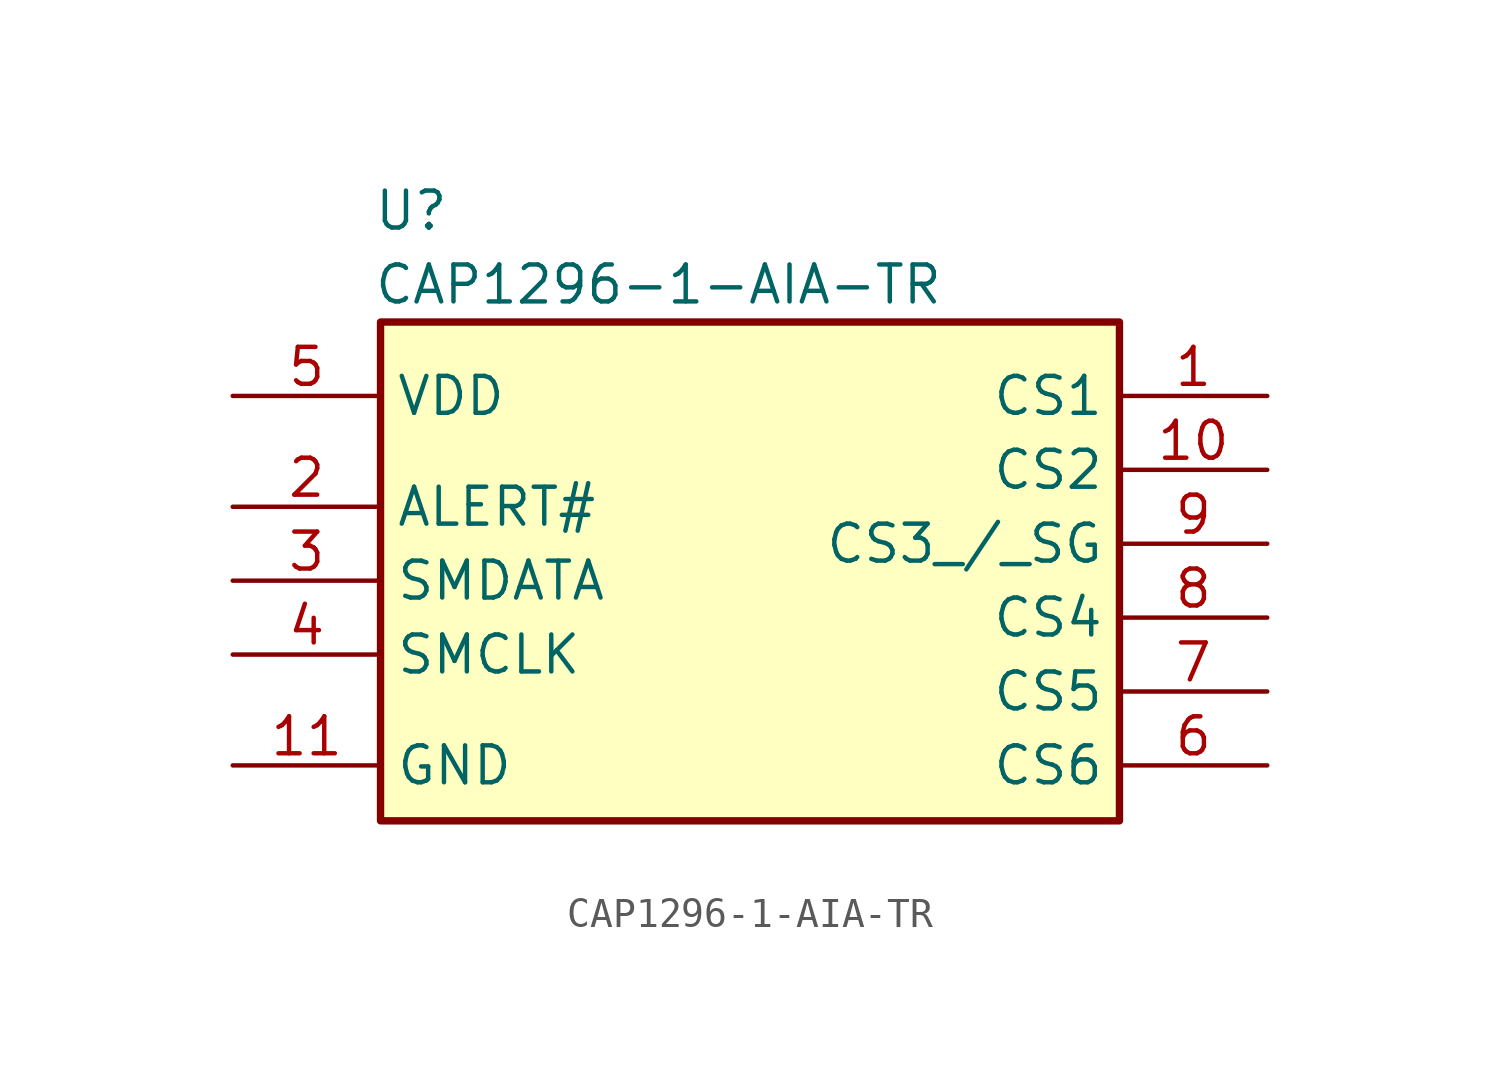
<source format=kicad_sym>
(kicad_symbol_lib
  (version 20231120)
  (generator "kicad_symbol_editor")
  (generator_version "8.0")
  (symbol "CAP1296-1-AIA-TR"
    (property "Reference" "U"
      (at -12.954 7.112 0)
      (effects (font (size 1.27 1.27)) (justify left top)))
    (property "Value" "CAP1296-1-AIA-TR"
      (at -12.954 4.572 0)
      (effects (font (size 1.27 1.27)) (justify left top)))
    (symbol "CAP1296-1-AIA-TR_1_1"
      (rectangle (start -12.7 2.54) (end 12.7 -14.605) (stroke (width 0.254) (type default)) (fill (type background)))
      (pin passive line (at 17.78 0 180) (length 5.08) (name "CS1" (effects (font (size 1.27 1.27)))) (number "1" (effects (font (size 1.27 1.27)))))
      (pin passive line (at 17.78 -2.54 180) (length 5.08) (name "CS2" (effects (font (size 1.27 1.27)))) (number "10" (effects (font (size 1.27 1.27)))))
      (pin passive line (at -17.78 -12.7 0) (length 5.08) (name "GND" (effects (font (size 1.27 1.27)))) (number "11" (effects (font (size 1.27 1.27)))))
      (pin passive line (at -17.78 -3.81 0) (length 5.08) (name "ALERT#" (effects (font (size 1.27 1.27)))) (number "2" (effects (font (size 1.27 1.27)))))
      (pin passive line (at -17.78 -6.35 0) (length 5.08) (name "SMDATA" (effects (font (size 1.27 1.27)))) (number "3" (effects (font (size 1.27 1.27)))))
      (pin passive line (at -17.78 -8.89 0) (length 5.08) (name "SMCLK" (effects (font (size 1.27 1.27)))) (number "4" (effects (font (size 1.27 1.27)))))
      (pin passive line (at -17.78 0 0) (length 5.08) (name "VDD" (effects (font (size 1.27 1.27)))) (number "5" (effects (font (size 1.27 1.27)))))
      (pin passive line (at 17.78 -12.7 180) (length 5.08) (name "CS6" (effects (font (size 1.27 1.27)))) (number "6" (effects (font (size 1.27 1.27)))))
      (pin passive line (at 17.78 -10.16 180) (length 5.08) (name "CS5" (effects (font (size 1.27 1.27)))) (number "7" (effects (font (size 1.27 1.27)))))
      (pin passive line (at 17.78 -7.62 180) (length 5.08) (name "CS4" (effects (font (size 1.27 1.27)))) (number "8" (effects (font (size 1.27 1.27)))))
      (pin passive line (at 17.78 -5.08 180) (length 5.08) (name "CS3_/_SG" (effects (font (size 1.27 1.27)))) (number "9" (effects (font (size 1.27 1.27))))))))
</source>
